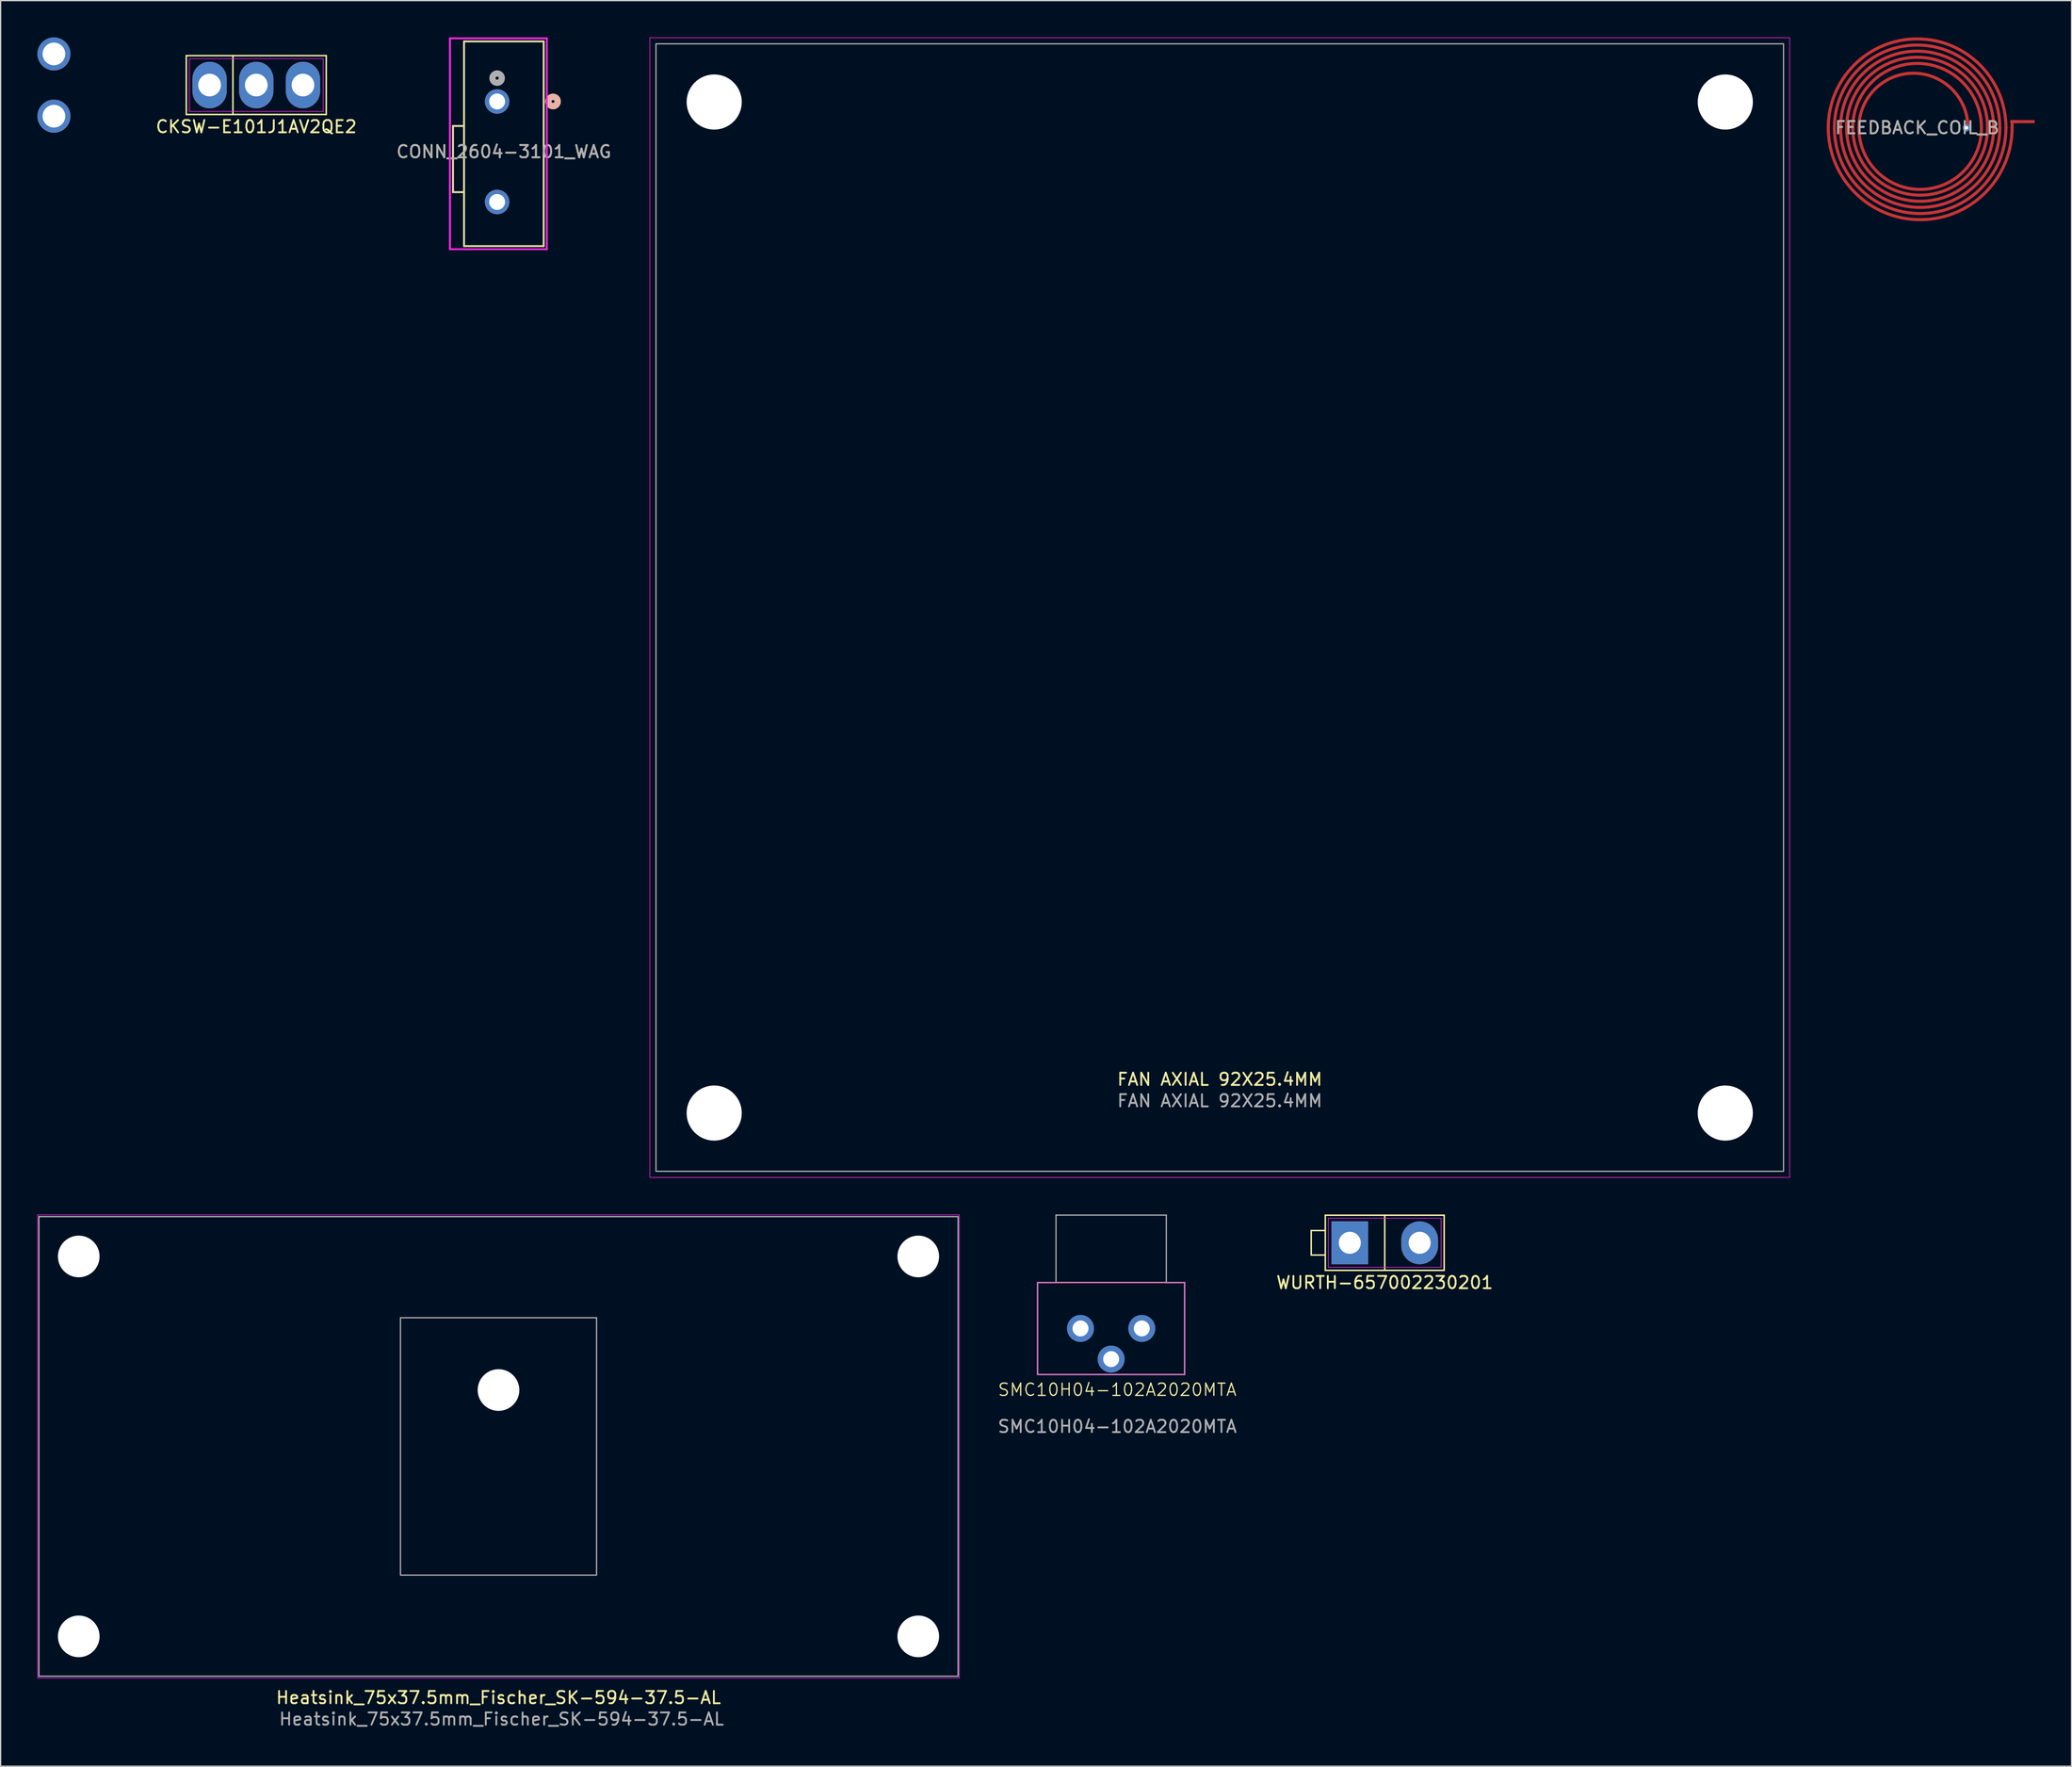
<source format=kicad_pcb>
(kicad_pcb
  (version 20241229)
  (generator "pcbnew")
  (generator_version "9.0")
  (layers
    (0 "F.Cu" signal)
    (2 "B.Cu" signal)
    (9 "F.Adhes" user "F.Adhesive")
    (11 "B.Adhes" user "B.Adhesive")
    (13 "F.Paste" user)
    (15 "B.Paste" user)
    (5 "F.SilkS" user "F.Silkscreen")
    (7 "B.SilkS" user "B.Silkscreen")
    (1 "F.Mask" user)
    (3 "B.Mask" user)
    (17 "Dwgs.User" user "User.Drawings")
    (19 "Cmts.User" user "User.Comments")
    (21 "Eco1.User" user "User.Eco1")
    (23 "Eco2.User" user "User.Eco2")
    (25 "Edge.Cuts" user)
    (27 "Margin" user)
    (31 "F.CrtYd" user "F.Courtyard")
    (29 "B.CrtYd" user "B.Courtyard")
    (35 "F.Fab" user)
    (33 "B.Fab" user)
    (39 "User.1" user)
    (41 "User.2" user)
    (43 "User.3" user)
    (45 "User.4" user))
  (footprint "SMC10H04-102A2020MTA"
    (layer "F.Cu")
    (at 87.613 105.35)
    (property "Reference" "SMC10H04-102A2020MTA" (at 0.5 5 0) (unlocked yes) (layer "F.SilkS") (effects (font (size 1 1) (thickness 0.1))))
    (attr through_hole)
    (fp_line (start -6 -3.75) (end -6 3.75) (stroke (width 0.1) (type default)) (layer "F.SilkS"))
    (fp_line (start -6 3.75) (end 6 3.75) (stroke (width 0.1) (type solid)) (layer "F.SilkS"))
    (fp_line (start 6 -3.75) (end -6 -3.75) (stroke (width 0.1) (type default)) (layer "F.SilkS"))
    (fp_line (start 6 3.75) (end 6 -3.75) (stroke (width 0.1) (type default)) (layer "F.SilkS"))
    (fp_line (start -6 3.75) (end -6 -3.75) (stroke (width 0.05) (type default)) (layer "F.CrtYd"))
    (fp_line (start -6 3.75) (end 6 3.75) (stroke (width 0.05) (type default)) (layer "F.CrtYd"))
    (fp_line (start 6 -3.75) (end -6 -3.75) (stroke (width 0.05) (type default)) (layer "F.CrtYd"))
    (fp_line (start 6 3.75) (end 6 -3.75) (stroke (width 0.05) (type default)) (layer "F.CrtYd"))
    (fp_line (start -6 -3.75) (end -6 3.75) (stroke (width 0.1) (type default)) (layer "F.Fab"))
    (fp_line (start -6 3.75) (end 6 3.75) (stroke (width 0.1) (type default)) (layer "F.Fab"))
    (fp_line (start -4.5 -9.25) (end -4.5 -3.75) (stroke (width 0.1) (type default)) (layer "F.Fab"))
    (fp_line (start -4.5 -3.75) (end -6 -3.75) (stroke (width 0.1) (type default)) (layer "F.Fab"))
    (fp_line (start 4.5 -9.25) (end -4.5 -9.25) (stroke (width 0.1) (type default)) (layer "F.Fab"))
    (fp_line (start 4.5 -3.75) (end 4.5 -9.25) (stroke (width 0.1) (type default)) (layer "F.Fab"))
    (fp_line (start 6 -3.75) (end 4.5 -3.75) (stroke (width 0.1) (type default)) (layer "F.Fab"))
    (fp_line (start 6 3.75) (end 6 -3.75) (stroke (width 0.1) (type default)) (layer "F.Fab"))
    (fp_text user "${REFERENCE}" (at 0.5 8 0) (unlocked yes) (layer "F.Fab") (effects (font (size 1 1) (thickness 0.15))))
    (pad "1" thru_hole circle (at -2.5 0) (size 2.2 2.2) (drill 1.3) (layers "*.Cu" "*.Mask"))
    (pad "2" thru_hole circle (at 0 2.5) (size 2.2 2.2) (drill 1.3) (layers "*.Cu" "*.Mask"))
    (pad "3" thru_hole circle (at 2.5 0) (size 2.2 2.2) (drill 1.3) (layers "*.Cu" "*.Mask")))
  (footprint "Heatsink_75x37.5mm_Fischer_SK-594-37.5-AL"
    (layer "F.Cu")
    (at 37.625 114.975)
    (property "Reference" "Heatsink_75x37.5mm_Fischer_SK-594-37.5-AL" (at 0 20.5 0) (layer "F.SilkS") (effects (font (size 1 1) (thickness 0.15))))
    (attr through_hole)
    (fp_line (start -37.6 -18.9) (end -37.6 18.9) (stroke (width 0.05) (type solid)) (layer "F.CrtYd"))
    (fp_line (start -37.6 -18.9) (end 37.6 -18.9) (stroke (width 0.05) (type solid)) (layer "F.CrtYd"))
    (fp_line (start 37.6 18.9) (end -37.6 18.9) (stroke (width 0.05) (type solid)) (layer "F.CrtYd"))
    (fp_line (start 37.6 18.9) (end 37.6 -18.9) (stroke (width 0.05) (type solid)) (layer "F.CrtYd"))
    (fp_line (start -37.5 -18.75) (end -37.5 18.75) (stroke (width 0.1) (type solid)) (layer "F.Fab"))
    (fp_line (start -37.5 -18.75) (end 37.5 -18.75) (stroke (width 0.1) (type solid)) (layer "F.Fab"))
    (fp_line (start -37.5 18.75) (end 37.5 18.75) (stroke (width 0.1) (type solid)) (layer "F.Fab"))
    (fp_line (start 37.5 -18.75) (end 37.5 18.75) (stroke (width 0.1) (type solid)) (layer "F.Fab"))
    (fp_rect (start -8 -10.5) (end 8 10.5) (stroke (width 0.1) (type solid)) (fill no) (layer "F.Fab"))
    (fp_text user "${REFERENCE}" (at 0.25 22.25 0) (layer "F.Fab") (effects (font (size 1 1) (thickness 0.15))))
    (pad "" np_thru_hole circle (at -34.25 -15.5) (size 3.4 3.4) (drill 3.4) (layers "*.Cu" "*.Mask"))
    (pad "" np_thru_hole circle (at -34.25 15.5) (size 3.4 3.4) (drill 3.4) (layers "*.Cu" "*.Mask"))
    (pad "" np_thru_hole circle (at 0 -4.6) (size 3.4 3.4) (drill 3.4) (layers "*.Cu" "*.Mask"))
    (pad "" np_thru_hole circle (at 34.25 -15.5) (size 3.4 3.4) (drill 3.4) (layers "*.Cu" "*.Mask"))
    (pad "" np_thru_hole circle (at 34.25 15.5) (size 3.4 3.4) (drill 3.4) (layers "*.Cu" "*.Mask")))
  (footprint "CKSW-E101J1AV2QE2"
    (layer "F.Cu")
    (at 17.86 3.89)
    (property "Reference" "CKSW-E101J1AV2QE2" (at 0 3.4 0) (layer "F.SilkS") (effects (font (size 1 1) (thickness 0.15))))
    (attr through_hole)
    (fp_line (start -5.71 -2.4) (end 5.71 -2.4) (stroke (width 0.12) (type default)) (layer "F.SilkS"))
    (fp_line (start -5.71 2.4) (end -5.71 -2.4) (stroke (width 0.12) (type default)) (layer "F.SilkS"))
    (fp_line (start -1.905 -2.4) (end -1.905 2.4) (stroke (width 0.12) (type default)) (layer "F.SilkS"))
    (fp_line (start 5.71 -2.4) (end 5.71 2.4) (stroke (width 0.12) (type default)) (layer "F.SilkS"))
    (fp_line (start 5.71 2.4) (end -5.71 2.4) (stroke (width 0.12) (type default)) (layer "F.SilkS"))
    (fp_line (start -5.46 -2.15) (end 5.46 -2.15) (stroke (width 0.05) (type default)) (layer "F.CrtYd"))
    (fp_line (start -5.46 2.15) (end -5.46 -2.15) (stroke (width 0.05) (type default)) (layer "F.CrtYd"))
    (fp_line (start 5.46 -2.15) (end 5.46 2.15) (stroke (width 0.05) (type default)) (layer "F.CrtYd"))
    (fp_line (start 5.46 2.15) (end -5.46 2.15) (stroke (width 0.05) (type default)) (layer "F.CrtYd"))
    (pad "1" thru_hole oval (at -3.81 0) (size 2.8 3.8) (drill 1.85) (layers "*.Cu" "*.Mask"))
    (pad "2" thru_hole oval (at 0 0) (size 2.8 3.8) (drill 1.85) (layers "*.Cu" "*.Mask"))
    (pad "3" thru_hole oval (at 3.81 0) (size 2.8 3.8) (drill 1.85) (layers "*.Cu" "*.Mask"))
    (pad "M1" thru_hole circle (at -16.51 -2.54) (size 2.7 2.7) (drill 1.85) (layers "*.Cu" "*.Mask"))
    (pad "M2" thru_hole circle (at -16.51 2.54) (size 2.7 2.7) (drill 1.85) (layers "*.Cu" "*.Mask")))
  (footprint "WURTH-657002230201"
    (layer "F.Cu")
    (at 109.935 98.36)
    (property "Reference" "WURTH-657002230201" (at 0 3.25 0) (layer "F.SilkS") (effects (font (size 1 1) (thickness 0.15))))
    (attr through_hole)
    (fp_line (start -6 -1) (end -6 1) (stroke (width 0.12) (type solid)) (layer "F.SilkS"))
    (fp_line (start -6 1) (end -4.9 1) (stroke (width 0.12) (type solid)) (layer "F.SilkS"))
    (fp_line (start -4.85 -2.25) (end 4.85 -2.25) (stroke (width 0.12) (type default)) (layer "F.SilkS"))
    (fp_line (start -4.85 -1) (end -6 -1) (stroke (width 0.12) (type solid)) (layer "F.SilkS"))
    (fp_line (start -4.85 2.25) (end -4.85 -2.25) (stroke (width 0.12) (type default)) (layer "F.SilkS"))
    (fp_line (start 0 -2.25) (end 0 2.25) (stroke (width 0.12) (type default)) (layer "F.SilkS"))
    (fp_line (start 4.85 -2.25) (end 4.85 2.25) (stroke (width 0.12) (type default)) (layer "F.SilkS"))
    (fp_line (start 4.85 2.25) (end -4.85 2.25) (stroke (width 0.12) (type default)) (layer "F.SilkS"))
    (fp_line (start -4.6 -2) (end 4.6 -2) (stroke (width 0.05) (type default)) (layer "F.CrtYd"))
    (fp_line (start -4.6 2) (end -4.6 -2) (stroke (width 0.05) (type default)) (layer "F.CrtYd"))
    (fp_line (start 4.6 -2) (end 4.6 2) (stroke (width 0.05) (type default)) (layer "F.CrtYd"))
    (fp_line (start 4.6 2) (end -4.6 2) (stroke (width 0.05) (type default)) (layer "F.CrtYd"))
    (pad "1" thru_hole rect (at -2.85 0) (size 3 3.5) (drill 1.8) (layers "*.Cu" "*.Mask"))
    (pad "2" thru_hole oval (at 2.85 0) (size 3 3.5) (drill 1.8) (layers "*.Cu" "*.Mask")))
  (footprint "FAN AXIAL 92X25.4MM"
    (layer "F.Cu")
    (at 96.474 46.525)
    (property "Reference" "FAN AXIAL 92X25.4MM" (at 0 38.5 0) (layer "F.SilkS") (effects (font (size 1 1) (thickness 0.15))))
    (attr through_hole)
    (fp_rect (start -46.5 -46.5) (end 46.5 46.5) (stroke (width 0.05) (type solid)) (fill no) (layer "F.CrtYd"))
    (fp_rect (start -46 -46) (end 46 46) (stroke (width 0.1) (type solid)) (fill no) (layer "F.Fab"))
    (fp_text user "${REFERENCE}" (at 0 40.25 0) (layer "F.Fab") (effects (font (size 1 1) (thickness 0.15))))
    (pad "" np_thru_hole circle (at -41.25 -41.25) (size 4.5 4.5) (drill 4.5) (layers "*.Cu" "*.Mask"))
    (pad "" np_thru_hole circle (at -41.25 41.25) (size 4.5 4.5) (drill 4.5) (layers "*.Cu" "*.Mask"))
    (pad "" np_thru_hole circle (at 41.25 -41.25) (size 4.5 4.5) (drill 4.5) (layers "*.Cu" "*.Mask"))
    (pad "" np_thru_hole circle (at 41.25 41.25) (size 4.5 4.5) (drill 4.5) (layers "*.Cu" "*.Mask")))
  (footprint "CONN_2604-3101_WAG"
    (layer "F.Cu")
    (at 37.512 5.23)
    (property "Reference" "CONN_2604-3101_WAG" (at 0.55 4.1 0) (unlocked yes) (layer "F.SilkS") (effects (font (size 1 1) (thickness 0.15))))
    (attr through_hole)
    (fp_line (start -3.6 7.4) (end -3.6 2) (stroke (width 0.152) (type solid)) (layer "F.SilkS"))
    (fp_line (start -2.7 -4.9) (end 3.8 -4.9) (stroke (width 0.152) (type solid)) (layer "F.SilkS"))
    (fp_line (start -2.7 2) (end -3.6 2) (stroke (width 0.152) (type solid)) (layer "F.SilkS"))
    (fp_line (start -2.7 7.4) (end -3.6 7.4) (stroke (width 0.152) (type solid)) (layer "F.SilkS"))
    (fp_line (start -2.7 11.8) (end -2.7 -4.9) (stroke (width 0.152) (type solid)) (layer "F.SilkS"))
    (fp_line (start -2.7 11.8) (end 3.8 11.8) (stroke (width 0.152) (type solid)) (layer "F.SilkS"))
    (fp_line (start 3.8 -4.9) (end 3.8 11.8) (stroke (width 0.152) (type solid)) (layer "F.SilkS"))
    (fp_circle (center 4.562 0) (end 4.943 0) (stroke (width 0.508) (type solid)) (fill no) (layer "F.SilkS"))
    (fp_circle (center 4.562 0) (end 4.943 0) (stroke (width 0.508) (type solid)) (fill no) (layer "B.SilkS"))
    (fp_line (start -3.854 -5.154) (end -3.854 12.054) (stroke (width 0.152) (type solid)) (layer "F.CrtYd"))
    (fp_line (start -3.854 -5.154) (end -3.854 12.054) (stroke (width 0.152) (type solid)) (layer "F.CrtYd"))
    (fp_line (start -3.854 12.054) (end 4.054 12.054) (stroke (width 0.152) (type solid)) (layer "F.CrtYd"))
    (fp_line (start 4.054 -5.154) (end -3.854 -5.154) (stroke (width 0.152) (type solid)) (layer "F.CrtYd"))
    (fp_line (start 4.054 12.054) (end 4.054 -5.154) (stroke (width 0.152) (type solid)) (layer "F.CrtYd"))
    (fp_line (start -3.6 7.4) (end -3.6 2) (stroke (width 0.025) (type solid)) (layer "F.Fab"))
    (fp_line (start -2.7 -4.9) (end 3.8 -4.9) (stroke (width 0.025) (type solid)) (layer "F.Fab"))
    (fp_line (start -2.7 2) (end -3.6 2) (stroke (width 0.025) (type solid)) (layer "F.Fab"))
    (fp_line (start -2.7 7.4) (end -3.6 7.4) (stroke (width 0.025) (type solid)) (layer "F.Fab"))
    (fp_line (start -2.7 11.8) (end -2.7 -4.9) (stroke (width 0.025) (type solid)) (layer "F.Fab"))
    (fp_line (start -2.7 11.8) (end 3.8 11.8) (stroke (width 0.025) (type solid)) (layer "F.Fab"))
    (fp_line (start 3.8 -4.9) (end 3.8 11.8) (stroke (width 0.025) (type solid)) (layer "F.Fab"))
    (fp_circle (center 0 -1.905) (end 0.381 -1.905) (stroke (width 0.508) (type solid)) (fill no) (layer "F.Fab"))
    (fp_text user "${REFERENCE}" (at 0.55 4.1 0) (unlocked yes) (layer "F.Fab") (effects (font (size 1 1) (thickness 0.15))))
    (pad "1" thru_hole circle (at 0 0) (size 2 2) (drill 1.3) (layers "*.Cu" "*.Mask"))
    (pad "1" thru_hole circle (at 0 8.2) (size 2 2) (drill 1.3) (layers "*.Cu" "*.Mask")))
  (footprint "FEEDBACK_COIL_B"
    (layer "F.Cu")
    (at 153.374 7.375)
    (property "Reference" "FEEDBACK_COIL_B" (at 0 0 0) (unlocked yes) (layer "F.SilkS") (effects (font (size 1 1) (thickness 0.15))))
    (attr smd)
    (fp_line (start 7.75 -0.5) (end 8.25 -0.5) (stroke (width 0.25) (type solid)) (layer "F.Cu"))
    (fp_line (start 7.75 0) (end 7.75 -0.5) (stroke (width 0.25) (type solid)) (layer "F.Cu"))
    (fp_arc (start -7.25 0) (mid 0 -7.25) (end 7.25 0) (stroke (width 0.25) (type solid)) (layer "F.Cu"))
    (fp_arc (start -6.75 0) (mid 0 -6.75) (end 6.75 0) (stroke (width 0.25) (type solid)) (layer "F.Cu"))
    (fp_arc (start -6.25 0) (mid 0 -6.25) (end 6.25 0) (stroke (width 0.25) (type solid)) (layer "F.Cu"))
    (fp_arc (start -5.75 0) (mid 0 -5.75) (end 5.75 0) (stroke (width 0.25) (type solid)) (layer "F.Cu"))
    (fp_arc (start -5.25 0) (mid 0 -5.25) (end 5.25 0) (stroke (width 0.25) (type solid)) (layer "F.Cu"))
    (fp_arc (start -4.75 0) (mid -0.6 -4.45) (end 4.15 0) (stroke (width 0.25) (type solid)) (layer "F.Cu"))
    (fp_arc (start 5.25 0) (mid -0.25 5) (end -4.75 0) (stroke (width 0.25) (type solid)) (layer "F.Cu"))
    (fp_arc (start 5.75 0) (mid 0.25 5.5) (end -5.25 0) (stroke (width 0.25) (type solid)) (layer "F.Cu"))
    (fp_arc (start 6.25 0) (mid 0.25 6) (end -5.75 0) (stroke (width 0.25) (type solid)) (layer "F.Cu"))
    (fp_arc (start 6.75 0) (mid 0.25 6.5) (end -6.25 0) (stroke (width 0.25) (type solid)) (layer "F.Cu"))
    (fp_arc (start 7.25 0) (mid 0.25 7) (end -6.75 0) (stroke (width 0.25) (type solid)) (layer "F.Cu"))
    (fp_arc (start 7.75 0) (mid 0.25 7.5) (end -7.25 0) (stroke (width 0.25) (type solid)) (layer "F.Cu"))
    (fp_text user "${REFERENCE}" (at 0 0 0) (unlocked yes) (layer "F.Fab") (effects (font (size 1 1) (thickness 0.15))))
    (pad "" thru_hole circle (at 4.025 0) (size 0.6 0.6) (drill 0.3) (layers "*.Cu" "*.Mask"))
    (pad "1" smd roundrect (at 8.6 -0.5) (size 2 0.25) (layers "F.Cu") (roundrect_rratio 0.25)))
  (gr_rect
    (start -3 -3)
    (end 165.974 141.073)
    (stroke (width 0.1) (type default))
    (fill no)
    (layer "Edge.Cuts")))
</source>
